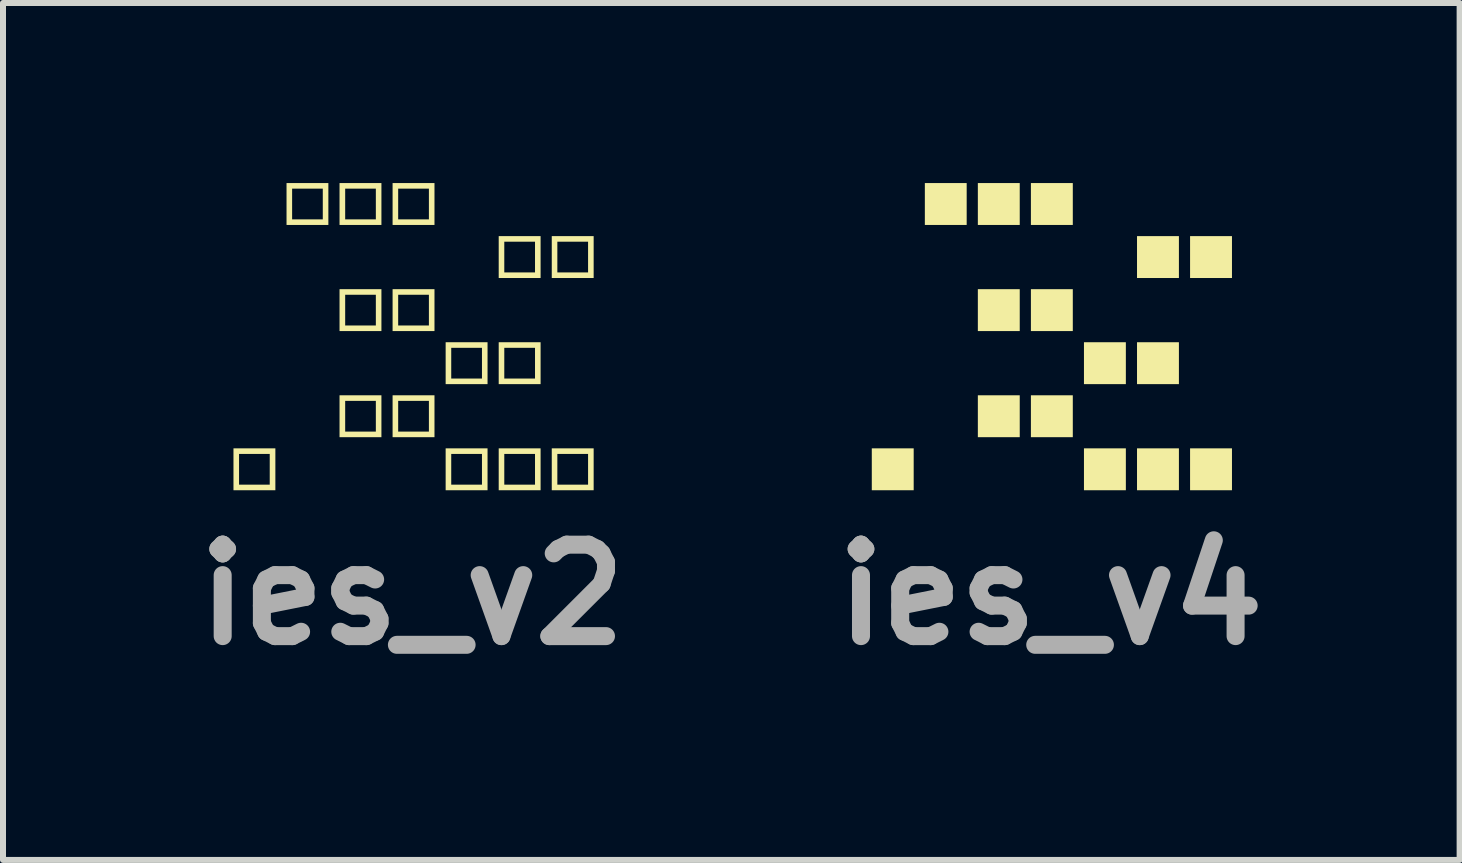
<source format=kicad_pcb>
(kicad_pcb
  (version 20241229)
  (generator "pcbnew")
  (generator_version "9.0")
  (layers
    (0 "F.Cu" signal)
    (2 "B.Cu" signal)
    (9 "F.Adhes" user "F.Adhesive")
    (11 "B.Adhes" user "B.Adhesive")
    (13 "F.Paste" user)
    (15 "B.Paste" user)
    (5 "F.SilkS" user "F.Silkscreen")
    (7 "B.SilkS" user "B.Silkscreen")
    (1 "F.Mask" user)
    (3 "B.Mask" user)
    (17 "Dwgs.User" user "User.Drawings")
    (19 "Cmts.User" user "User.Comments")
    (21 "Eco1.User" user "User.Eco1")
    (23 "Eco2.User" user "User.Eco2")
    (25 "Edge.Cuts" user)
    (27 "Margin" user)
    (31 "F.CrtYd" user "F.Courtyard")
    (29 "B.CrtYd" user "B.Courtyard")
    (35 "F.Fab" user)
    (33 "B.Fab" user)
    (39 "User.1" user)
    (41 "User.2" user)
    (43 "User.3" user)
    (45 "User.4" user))
  (footprint "ies_v4"
    (layer "F.Cu")
    (at 14.452 2.559)
    (property "Reference" "ies_v4" (at 0 4.3 0) (layer "F.Fab") (effects (font (size 1.524 1.524) (thickness 0.3))))
    (attr board_only exclude_from_pos_files exclude_from_bom)
    (fp_poly (pts (xy -2.279 -1.861) (xy -2.977 -1.861) (xy -2.977 -2.559) (xy -2.279 -2.559)) (stroke (width 0) (type solid)) (fill yes) (layer "F.Mask"))
    (fp_poly (pts (xy -2.279 -0.977) (xy -2.977 -0.977) (xy -2.977 -1.675) (xy -2.279 -1.675)) (stroke (width 0) (type solid)) (fill yes) (layer "F.Mask"))
    (fp_poly (pts (xy -2.279 -0.093) (xy -2.977 -0.093) (xy -2.977 -0.791) (xy -2.279 -0.791)) (stroke (width 0) (type solid)) (fill yes) (layer "F.Mask"))
    (fp_poly (pts (xy -2.279 0.791) (xy -2.977 0.791) (xy -2.977 0.093) (xy -2.279 0.093)) (stroke (width 0) (type solid)) (fill yes) (layer "F.Mask"))
    (fp_poly (pts (xy -2.279 1.675) (xy -2.977 1.675) (xy -2.977 0.977) (xy -2.279 0.977)) (stroke (width 0) (type solid)) (fill yes) (layer "F.Mask"))
    (fp_poly (pts (xy -1.396 -0.977) (xy -2.093 -0.977) (xy -2.093 -1.675) (xy -1.396 -1.675)) (stroke (width 0) (type solid)) (fill yes) (layer "F.Mask"))
    (fp_poly (pts (xy -1.396 -0.093) (xy -2.093 -0.093) (xy -2.093 -0.791) (xy -1.396 -0.791)) (stroke (width 0) (type solid)) (fill yes) (layer "F.Mask"))
    (fp_poly (pts (xy -1.396 0.791) (xy -2.093 0.791) (xy -2.093 0.093) (xy -1.396 0.093)) (stroke (width 0) (type solid)) (fill yes) (layer "F.Mask"))
    (fp_poly (pts (xy -1.396 1.675) (xy -2.093 1.675) (xy -2.093 0.977) (xy -1.396 0.977)) (stroke (width 0) (type solid)) (fill yes) (layer "F.Mask"))
    (fp_poly (pts (xy -1.396 2.559) (xy -2.093 2.559) (xy -2.093 1.861) (xy -1.396 1.861)) (stroke (width 0) (type solid)) (fill yes) (layer "F.Mask"))
    (fp_poly (pts (xy -0.512 -0.977) (xy -1.21 -0.977) (xy -1.21 -1.675) (xy -0.512 -1.675)) (stroke (width 0) (type solid)) (fill yes) (layer "F.Mask"))
    (fp_poly (pts (xy -0.512 0.791) (xy -1.21 0.791) (xy -1.21 0.093) (xy -0.512 0.093)) (stroke (width 0) (type solid)) (fill yes) (layer "F.Mask"))
    (fp_poly (pts (xy -0.512 2.559) (xy -1.21 2.559) (xy -1.21 1.861) (xy -0.512 1.861)) (stroke (width 0) (type solid)) (fill yes) (layer "F.Mask"))
    (fp_poly (pts (xy 0.372 -0.977) (xy -0.326 -0.977) (xy -0.326 -1.675) (xy 0.372 -1.675)) (stroke (width 0) (type solid)) (fill yes) (layer "F.Mask"))
    (fp_poly (pts (xy 0.372 0.791) (xy -0.326 0.791) (xy -0.326 0.093) (xy 0.372 0.093)) (stroke (width 0) (type solid)) (fill yes) (layer "F.Mask"))
    (fp_poly (pts (xy 0.372 2.559) (xy -0.326 2.559) (xy -0.326 1.861) (xy 0.372 1.861)) (stroke (width 0) (type solid)) (fill yes) (layer "F.Mask"))
    (fp_poly (pts (xy 1.256 -1.861) (xy 0.558 -1.861) (xy 0.558 -2.559) (xy 1.256 -2.559)) (stroke (width 0) (type solid)) (fill yes) (layer "F.Mask"))
    (fp_poly (pts (xy 1.256 -0.977) (xy 0.558 -0.977) (xy 0.558 -1.675) (xy 1.256 -1.675)) (stroke (width 0) (type solid)) (fill yes) (layer "F.Mask"))
    (fp_poly (pts (xy 1.256 -0.093) (xy 0.558 -0.093) (xy 0.558 -0.791) (xy 1.256 -0.791)) (stroke (width 0) (type solid)) (fill yes) (layer "F.Mask"))
    (fp_poly (pts (xy 1.256 1.675) (xy 0.558 1.675) (xy 0.558 0.977) (xy 1.256 0.977)) (stroke (width 0) (type solid)) (fill yes) (layer "F.Mask"))
    (fp_poly (pts (xy 2.14 -1.861) (xy 1.442 -1.861) (xy 1.442 -2.559) (xy 2.14 -2.559)) (stroke (width 0) (type solid)) (fill yes) (layer "F.Mask"))
    (fp_poly (pts (xy 2.14 -0.093) (xy 1.442 -0.093) (xy 1.442 -0.791) (xy 2.14 -0.791)) (stroke (width 0) (type solid)) (fill yes) (layer "F.Mask"))
    (fp_poly (pts (xy 2.14 1.675) (xy 1.442 1.675) (xy 1.442 0.977) (xy 2.14 0.977)) (stroke (width 0) (type solid)) (fill yes) (layer "F.Mask"))
    (fp_poly (pts (xy 3.024 -1.861) (xy 2.326 -1.861) (xy 2.326 -2.559) (xy 3.024 -2.559)) (stroke (width 0) (type solid)) (fill yes) (layer "F.Mask"))
    (fp_poly (pts (xy 3.024 -0.093) (xy 2.326 -0.093) (xy 2.326 -0.791) (xy 3.024 -0.791)) (stroke (width 0) (type solid)) (fill yes) (layer "F.Mask"))
    (fp_poly (pts (xy 3.024 0.791) (xy 2.326 0.791) (xy 2.326 0.093) (xy 3.024 0.093)) (stroke (width 0) (type solid)) (fill yes) (layer "F.Mask"))
    (fp_poly (pts (xy 3.024 1.675) (xy 2.326 1.675) (xy 2.326 0.977) (xy 3.024 0.977)) (stroke (width 0) (type solid)) (fill yes) (layer "F.Mask"))
    (fp_poly (pts (xy -2.279 2.559) (xy -2.977 2.559) (xy -2.977 1.861) (xy -2.279 1.861)) (stroke (width 0) (type solid)) (fill yes) (layer "F.SilkS"))
    (fp_poly (pts (xy -1.396 -1.861) (xy -2.093 -1.861) (xy -2.093 -1.954) (xy -2.093 -2.559) (xy -1.396 -2.559)) (stroke (width 0) (type solid)) (fill yes) (layer "F.SilkS"))
    (fp_poly (pts (xy -0.512 -1.861) (xy -1.21 -1.861) (xy -1.21 -1.954) (xy -1.21 -2.559) (xy -0.512 -2.559)) (stroke (width 0) (type solid)) (fill yes) (layer "F.SilkS"))
    (fp_poly (pts (xy -0.512 1.675) (xy -1.21 1.675) (xy -1.21 1.582) (xy -1.21 0.977) (xy -0.512 0.977)) (stroke (width 0) (type solid)) (fill yes) (layer "F.SilkS"))
    (fp_poly (pts (xy 0.372 -1.861) (xy -0.326 -1.861) (xy -0.326 -1.954) (xy -0.326 -2.559) (xy 0.372 -2.559)) (stroke (width 0) (type solid)) (fill yes) (layer "F.SilkS"))
    (fp_poly (pts (xy 0.372 1.675) (xy -0.326 1.675) (xy -0.326 1.582) (xy -0.326 0.977) (xy 0.372 0.977)) (stroke (width 0) (type solid)) (fill yes) (layer "F.SilkS"))
    (fp_poly (pts (xy 1.256 0.791) (xy 0.558 0.791) (xy 0.558 0.698) (xy 0.558 0.093) (xy 1.256 0.093)) (stroke (width 0) (type solid)) (fill yes) (layer "F.SilkS"))
    (fp_poly (pts (xy 1.256 2.559) (xy 0.558 2.559) (xy 0.558 2.466) (xy 0.558 1.861) (xy 1.256 1.861)) (stroke (width 0) (type solid)) (fill yes) (layer "F.SilkS"))
    (fp_poly (pts (xy 2.14 -0.977) (xy 1.442 -0.977) (xy 1.442 -1.07) (xy 1.442 -1.675) (xy 2.14 -1.675)) (stroke (width 0) (type solid)) (fill yes) (layer "F.SilkS"))
    (fp_poly (pts (xy 2.14 0.791) (xy 1.442 0.791) (xy 1.442 0.698) (xy 1.442 0.093) (xy 2.14 0.093)) (stroke (width 0) (type solid)) (fill yes) (layer "F.SilkS"))
    (fp_poly (pts (xy 2.14 2.559) (xy 1.442 2.559) (xy 1.442 2.466) (xy 1.442 1.861) (xy 2.14 1.861)) (stroke (width 0) (type solid)) (fill yes) (layer "F.SilkS"))
    (fp_poly (pts (xy 3.024 -0.977) (xy 2.326 -0.977) (xy 2.326 -1.07) (xy 2.326 -1.675) (xy 3.024 -1.675)) (stroke (width 0) (type solid)) (fill yes) (layer "F.SilkS"))
    (fp_poly (pts (xy 3.024 2.559) (xy 2.326 2.559) (xy 2.326 2.466) (xy 2.326 1.861) (xy 3.024 1.861)) (stroke (width 0) (type solid)) (fill yes) (layer "F.SilkS"))
    (fp_poly (pts (xy -0.512 -0.093) (xy -1.21 -0.093) (xy -1.21 -0.186) (xy -1.116 -0.698) (xy -1.116 -0.186) (xy -1.21 -0.186) (xy -1.21 -0.791) (xy -0.512 -0.791)) (stroke (width 0) (type solid)) (fill yes) (layer "F.SilkS"))
    (fp_poly (pts (xy 0.372 -0.093) (xy -0.326 -0.093) (xy -0.326 -0.186) (xy -0.233 -0.698) (xy -0.233 -0.186) (xy -0.326 -0.186) (xy -0.326 -0.791) (xy 0.372 -0.791)) (stroke (width 0) (type solid)) (fill yes) (layer "F.SilkS")))
  (footprint "ies_v2"
    (layer "F.Cu")
    (at 3.817 2.559)
    (property "Reference" "ies_v2" (at 0 4.3 0) (layer "F.Fab") (effects (font (size 1.524 1.524) (thickness 0.3))))
    (attr board_only exclude_from_pos_files exclude_from_bom)
    (fp_poly (pts (xy -2.279 -1.861) (xy -2.977 -1.861) (xy -2.977 -2.559) (xy -2.279 -2.559)) (stroke (width 0) (type solid)) (fill yes) (layer "F.Mask"))
    (fp_poly (pts (xy -2.279 -0.977) (xy -2.977 -0.977) (xy -2.977 -1.675) (xy -2.279 -1.675)) (stroke (width 0) (type solid)) (fill yes) (layer "F.Mask"))
    (fp_poly (pts (xy -2.279 -0.093) (xy -2.977 -0.093) (xy -2.977 -0.791) (xy -2.279 -0.791)) (stroke (width 0) (type solid)) (fill yes) (layer "F.Mask"))
    (fp_poly (pts (xy -2.279 0.791) (xy -2.977 0.791) (xy -2.977 0.093) (xy -2.279 0.093)) (stroke (width 0) (type solid)) (fill yes) (layer "F.Mask"))
    (fp_poly (pts (xy -2.279 1.675) (xy -2.977 1.675) (xy -2.977 0.977) (xy -2.279 0.977)) (stroke (width 0) (type solid)) (fill yes) (layer "F.Mask"))
    (fp_poly (pts (xy -1.396 -0.977) (xy -2.093 -0.977) (xy -2.093 -1.675) (xy -1.396 -1.675)) (stroke (width 0) (type solid)) (fill yes) (layer "F.Mask"))
    (fp_poly (pts (xy -1.396 -0.093) (xy -2.093 -0.093) (xy -2.093 -0.791) (xy -1.396 -0.791)) (stroke (width 0) (type solid)) (fill yes) (layer "F.Mask"))
    (fp_poly (pts (xy -1.396 0.791) (xy -2.093 0.791) (xy -2.093 0.093) (xy -1.396 0.093)) (stroke (width 0) (type solid)) (fill yes) (layer "F.Mask"))
    (fp_poly (pts (xy -1.396 1.675) (xy -2.093 1.675) (xy -2.093 0.977) (xy -1.396 0.977)) (stroke (width 0) (type solid)) (fill yes) (layer "F.Mask"))
    (fp_poly (pts (xy -1.396 2.559) (xy -2.093 2.559) (xy -2.093 1.861) (xy -1.396 1.861)) (stroke (width 0) (type solid)) (fill yes) (layer "F.Mask"))
    (fp_poly (pts (xy -0.512 -0.977) (xy -1.21 -0.977) (xy -1.21 -1.675) (xy -0.512 -1.675)) (stroke (width 0) (type solid)) (fill yes) (layer "F.Mask"))
    (fp_poly (pts (xy -0.512 0.791) (xy -1.21 0.791) (xy -1.21 0.093) (xy -0.512 0.093)) (stroke (width 0) (type solid)) (fill yes) (layer "F.Mask"))
    (fp_poly (pts (xy -0.512 2.559) (xy -1.21 2.559) (xy -1.21 1.861) (xy -0.512 1.861)) (stroke (width 0) (type solid)) (fill yes) (layer "F.Mask"))
    (fp_poly (pts (xy 0.372 -0.977) (xy -0.326 -0.977) (xy -0.326 -1.675) (xy 0.372 -1.675)) (stroke (width 0) (type solid)) (fill yes) (layer "F.Mask"))
    (fp_poly (pts (xy 0.372 0.791) (xy -0.326 0.791) (xy -0.326 0.093) (xy 0.372 0.093)) (stroke (width 0) (type solid)) (fill yes) (layer "F.Mask"))
    (fp_poly (pts (xy 0.372 2.559) (xy -0.326 2.559) (xy -0.326 1.861) (xy 0.372 1.861)) (stroke (width 0) (type solid)) (fill yes) (layer "F.Mask"))
    (fp_poly (pts (xy 1.256 -1.861) (xy 0.558 -1.861) (xy 0.558 -2.559) (xy 1.256 -2.559)) (stroke (width 0) (type solid)) (fill yes) (layer "F.Mask"))
    (fp_poly (pts (xy 1.256 -0.977) (xy 0.558 -0.977) (xy 0.558 -1.675) (xy 1.256 -1.675)) (stroke (width 0) (type solid)) (fill yes) (layer "F.Mask"))
    (fp_poly (pts (xy 1.256 -0.093) (xy 0.558 -0.093) (xy 0.558 -0.791) (xy 1.256 -0.791)) (stroke (width 0) (type solid)) (fill yes) (layer "F.Mask"))
    (fp_poly (pts (xy 1.256 1.675) (xy 0.558 1.675) (xy 0.558 0.977) (xy 1.256 0.977)) (stroke (width 0) (type solid)) (fill yes) (layer "F.Mask"))
    (fp_poly (pts (xy 2.14 -1.861) (xy 1.442 -1.861) (xy 1.442 -2.559) (xy 2.14 -2.559)) (stroke (width 0) (type solid)) (fill yes) (layer "F.Mask"))
    (fp_poly (pts (xy 2.14 -0.093) (xy 1.442 -0.093) (xy 1.442 -0.791) (xy 2.14 -0.791)) (stroke (width 0) (type solid)) (fill yes) (layer "F.Mask"))
    (fp_poly (pts (xy 2.14 1.675) (xy 1.442 1.675) (xy 1.442 0.977) (xy 2.14 0.977)) (stroke (width 0) (type solid)) (fill yes) (layer "F.Mask"))
    (fp_poly (pts (xy 3.024 -1.861) (xy 2.326 -1.861) (xy 2.326 -2.559) (xy 3.024 -2.559)) (stroke (width 0) (type solid)) (fill yes) (layer "F.Mask"))
    (fp_poly (pts (xy 3.024 -0.093) (xy 2.326 -0.093) (xy 2.326 -0.791) (xy 3.024 -0.791)) (stroke (width 0) (type solid)) (fill yes) (layer "F.Mask"))
    (fp_poly (pts (xy 3.024 0.791) (xy 2.326 0.791) (xy 2.326 0.093) (xy 3.024 0.093)) (stroke (width 0) (type solid)) (fill yes) (layer "F.Mask"))
    (fp_poly (pts (xy 3.024 1.675) (xy 2.326 1.675) (xy 2.326 0.977) (xy 3.024 0.977)) (stroke (width 0) (type solid)) (fill yes) (layer "F.Mask"))
    (fp_poly (pts (xy -2.279 2.559) (xy -2.977 2.559) (xy -2.977 2.466) (xy -2.884 2.466) (xy -2.373 2.466) (xy -2.373 1.954) (xy -2.884 1.954) (xy -2.884 2.466) (xy -2.977 2.466) (xy -2.977 1.861) (xy -2.279 1.861)) (stroke (width 0) (type solid)) (fill yes) (layer "F.SilkS"))
    (fp_poly (pts (xy -1.396 -1.861) (xy -2.093 -1.861) (xy -2.093 -1.954) (xy -2 -1.954) (xy -1.489 -1.954) (xy -1.489 -2.466) (xy -2 -2.466) (xy -2 -1.954) (xy -2.093 -1.954) (xy -2.093 -2.559) (xy -1.396 -2.559)) (stroke (width 0) (type solid)) (fill yes) (layer "F.SilkS"))
    (fp_poly (pts (xy -0.512 -1.861) (xy -1.21 -1.861) (xy -1.21 -1.954) (xy -1.116 -1.954) (xy -0.605 -1.954) (xy -0.605 -2.466) (xy -1.116 -2.466) (xy -1.116 -1.954) (xy -1.21 -1.954) (xy -1.21 -2.559) (xy -0.512 -2.559)) (stroke (width 0) (type solid)) (fill yes) (layer "F.SilkS"))
    (fp_poly (pts (xy -0.512 -0.093) (xy -1.21 -0.093) (xy -1.21 -0.186) (xy -1.116 -0.186) (xy -0.605 -0.186) (xy -0.605 -0.698) (xy -1.116 -0.698) (xy -1.116 -0.186) (xy -1.21 -0.186) (xy -1.21 -0.791) (xy -0.512 -0.791)) (stroke (width 0) (type solid)) (fill yes) (layer "F.SilkS"))
    (fp_poly (pts (xy -0.512 1.675) (xy -1.21 1.675) (xy -1.21 1.582) (xy -1.116 1.582) (xy -0.605 1.582) (xy -0.605 1.07) (xy -1.116 1.07) (xy -1.116 1.582) (xy -1.21 1.582) (xy -1.21 0.977) (xy -0.512 0.977)) (stroke (width 0) (type solid)) (fill yes) (layer "F.SilkS"))
    (fp_poly (pts (xy 0.372 -1.861) (xy -0.326 -1.861) (xy -0.326 -1.954) (xy -0.233 -1.954) (xy 0.279 -1.954) (xy 0.279 -2.466) (xy -0.233 -2.466) (xy -0.233 -1.954) (xy -0.326 -1.954) (xy -0.326 -2.559) (xy 0.372 -2.559)) (stroke (width 0) (type solid)) (fill yes) (layer "F.SilkS"))
    (fp_poly (pts (xy 0.372 -0.093) (xy -0.326 -0.093) (xy -0.326 -0.186) (xy -0.233 -0.186) (xy 0.279 -0.186) (xy 0.279 -0.698) (xy -0.233 -0.698) (xy -0.233 -0.186) (xy -0.326 -0.186) (xy -0.326 -0.791) (xy 0.372 -0.791)) (stroke (width 0) (type solid)) (fill yes) (layer "F.SilkS"))
    (fp_poly (pts (xy 0.372 1.675) (xy -0.326 1.675) (xy -0.326 1.582) (xy -0.233 1.582) (xy 0.279 1.582) (xy 0.279 1.07) (xy -0.233 1.07) (xy -0.233 1.582) (xy -0.326 1.582) (xy -0.326 0.977) (xy 0.372 0.977)) (stroke (width 0) (type solid)) (fill yes) (layer "F.SilkS"))
    (fp_poly (pts (xy 1.256 0.791) (xy 0.558 0.791) (xy 0.558 0.698) (xy 0.651 0.698) (xy 1.163 0.698) (xy 1.163 0.186) (xy 0.651 0.186) (xy 0.651 0.698) (xy 0.558 0.698) (xy 0.558 0.093) (xy 1.256 0.093)) (stroke (width 0) (type solid)) (fill yes) (layer "F.SilkS"))
    (fp_poly (pts (xy 1.256 2.559) (xy 0.558 2.559) (xy 0.558 2.466) (xy 0.651 2.466) (xy 1.163 2.466) (xy 1.163 1.954) (xy 0.651 1.954) (xy 0.651 2.466) (xy 0.558 2.466) (xy 0.558 1.861) (xy 1.256 1.861)) (stroke (width 0) (type solid)) (fill yes) (layer "F.SilkS"))
    (fp_poly (pts (xy 2.14 -0.977) (xy 1.442 -0.977) (xy 1.442 -1.07) (xy 1.535 -1.07) (xy 2.047 -1.07) (xy 2.047 -1.582) (xy 1.535 -1.582) (xy 1.535 -1.07) (xy 1.442 -1.07) (xy 1.442 -1.675) (xy 2.14 -1.675)) (stroke (width 0) (type solid)) (fill yes) (layer "F.SilkS"))
    (fp_poly (pts (xy 2.14 0.791) (xy 1.442 0.791) (xy 1.442 0.698) (xy 1.535 0.698) (xy 2.047 0.698) (xy 2.047 0.186) (xy 1.535 0.186) (xy 1.535 0.698) (xy 1.442 0.698) (xy 1.442 0.093) (xy 2.14 0.093)) (stroke (width 0) (type solid)) (fill yes) (layer "F.SilkS"))
    (fp_poly (pts (xy 2.14 2.559) (xy 1.442 2.559) (xy 1.442 2.466) (xy 1.535 2.466) (xy 2.047 2.466) (xy 2.047 1.954) (xy 1.535 1.954) (xy 1.535 2.466) (xy 1.442 2.466) (xy 1.442 1.861) (xy 2.14 1.861)) (stroke (width 0) (type solid)) (fill yes) (layer "F.SilkS"))
    (fp_poly (pts (xy 3.024 -0.977) (xy 2.326 -0.977) (xy 2.326 -1.07) (xy 2.419 -1.07) (xy 2.931 -1.07) (xy 2.931 -1.582) (xy 2.419 -1.582) (xy 2.419 -1.07) (xy 2.326 -1.07) (xy 2.326 -1.675) (xy 3.024 -1.675)) (stroke (width 0) (type solid)) (fill yes) (layer "F.SilkS"))
    (fp_poly (pts (xy 3.024 2.559) (xy 2.326 2.559) (xy 2.326 2.466) (xy 2.419 2.466) (xy 2.931 2.466) (xy 2.931 1.954) (xy 2.419 1.954) (xy 2.419 2.466) (xy 2.326 2.466) (xy 2.326 1.861) (xy 3.024 1.861)) (stroke (width 0) (type solid)) (fill yes) (layer "F.SilkS")))
  (gr_rect
    (start -3 -3)
    (end 21.269 11.277)
    (stroke (width 0.1) (type default))
    (fill no)
    (layer "Edge.Cuts")))
</source>
